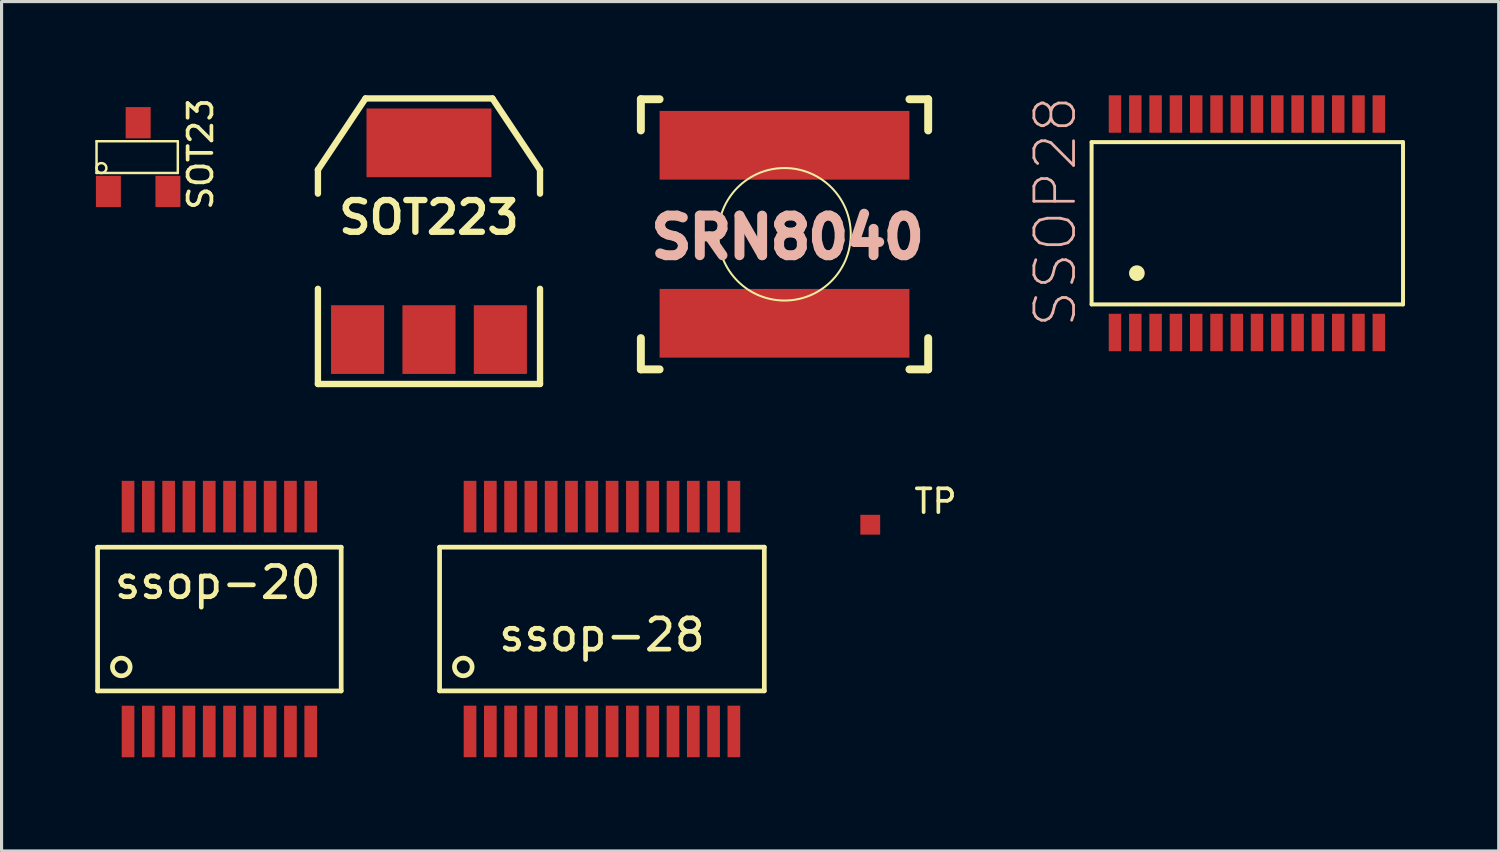
<source format=kicad_pcb>
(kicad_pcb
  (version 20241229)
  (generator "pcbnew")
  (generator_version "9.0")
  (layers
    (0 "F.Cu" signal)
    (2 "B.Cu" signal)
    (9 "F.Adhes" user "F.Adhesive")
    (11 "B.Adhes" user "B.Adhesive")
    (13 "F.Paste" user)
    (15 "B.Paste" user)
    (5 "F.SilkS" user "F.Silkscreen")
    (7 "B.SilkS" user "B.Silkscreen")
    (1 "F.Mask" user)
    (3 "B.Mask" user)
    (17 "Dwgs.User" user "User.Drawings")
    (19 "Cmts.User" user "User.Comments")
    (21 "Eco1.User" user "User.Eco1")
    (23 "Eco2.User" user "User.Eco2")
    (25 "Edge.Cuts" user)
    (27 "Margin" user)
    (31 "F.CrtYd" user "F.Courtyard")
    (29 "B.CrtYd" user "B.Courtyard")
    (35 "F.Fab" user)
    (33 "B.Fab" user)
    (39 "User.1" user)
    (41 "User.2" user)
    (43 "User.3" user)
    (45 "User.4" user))
  (footprint "SOT23"
    (layer "F.Cu")
    (at 1.374 1.98)
    (property "Reference" "SOT23" (at 1.999 -0.099 90) (layer "F.SilkS") (effects (font (size 0.762 0.762) (thickness 0.119))))
    (attr smd)
    (fp_line (start -1.333 -0.508) (end -1.333 0.508) (stroke (width 0.079) (type solid)) (layer "F.SilkS"))
    (fp_line (start -1.333 -0.508) (end 1.27 -0.508) (stroke (width 0.079) (type solid)) (layer "F.SilkS"))
    (fp_line (start 1.27 -0.508) (end 1.27 0.508) (stroke (width 0.079) (type solid)) (layer "F.SilkS"))
    (fp_line (start 1.27 0.508) (end -1.333 0.508) (stroke (width 0.079) (type solid)) (layer "F.SilkS"))
    (fp_circle (center -1.176 0.351) (end -1.3 0.45) (stroke (width 0.079) (type solid)) (fill no) (layer "F.SilkS"))
    (pad "1" smd rect (at -0.953 1.1) (size 0.8 1.001) (layers "F.Cu" "F.Mask" "F.Paste"))
    (pad "2" smd rect (at 0.953 1.1) (size 0.8 1.001) (layers "F.Cu" "F.Mask" "F.Paste"))
    (pad "3" smd rect (at 0 -1.1) (size 0.8 1.001) (layers "F.Cu" "F.Mask" "F.Paste")))
  (footprint "TP"
    (layer "F.Cu")
    (at 24.816 13.752)
    (property "Reference" "TP" (at 2.09 -0.75 0) (layer "F.SilkS") (effects (font (size 0.762 0.762) (thickness 0.119))))
    (attr through_hole)
    (pad "1" smd rect (at 0 0) (size 0.635 0.635) (layers "F.Cu" "F.Mask" "F.Paste")))
  (footprint "SSOP28"
    (layer "F.Cu")
    (at 36.877 4.099)
    (property "Reference" "SSOP28" (at -6.134 -0.373 90) (layer "B.SilkS") (effects (font (size 1.27 1.27) (thickness 0.089))))
    (attr smd)
    (fp_line (start -4.973 -2.598) (end 4.999 -2.598) (stroke (width 0.127) (type solid)) (layer "F.SilkS"))
    (fp_line (start -4.973 2.598) (end -4.973 -2.598) (stroke (width 0.127) (type solid)) (layer "F.SilkS"))
    (fp_line (start 4.999 -2.598) (end 4.999 2.598) (stroke (width 0.127) (type solid)) (layer "F.SilkS"))
    (fp_line (start 4.999 2.598) (end -4.973 2.598) (stroke (width 0.127) (type solid)) (layer "F.SilkS"))
    (fp_circle (center -3.523 1.598) (end -3.701 1.775) (stroke (width 0) (type solid)) (fill yes) (layer "F.SilkS"))
    (pad "1" smd rect (at -4.224 3.498) (size 0.399 1.199) (layers "F.Cu" "F.Mask" "F.Paste"))
    (pad "2" smd rect (at -3.574 3.498) (size 0.399 1.199) (layers "F.Cu" "F.Mask" "F.Paste"))
    (pad "3" smd rect (at -2.924 3.498) (size 0.399 1.199) (layers "F.Cu" "F.Mask" "F.Paste"))
    (pad "4" smd rect (at -2.273 3.498) (size 0.399 1.199) (layers "F.Cu" "F.Mask" "F.Paste"))
    (pad "5" smd rect (at -1.623 3.498) (size 0.399 1.199) (layers "F.Cu" "F.Mask" "F.Paste"))
    (pad "6" smd rect (at -0.973 3.498) (size 0.399 1.199) (layers "F.Cu" "F.Mask" "F.Paste"))
    (pad "7" smd rect (at -0.323 3.498) (size 0.399 1.199) (layers "F.Cu" "F.Mask" "F.Paste"))
    (pad "8" smd rect (at 0.323 3.498) (size 0.399 1.199) (layers "F.Cu" "F.Mask" "F.Paste"))
    (pad "9" smd rect (at 0.973 3.498) (size 0.399 1.199) (layers "F.Cu" "F.Mask" "F.Paste"))
    (pad "10" smd rect (at 1.623 3.498) (size 0.399 1.199) (layers "F.Cu" "F.Mask" "F.Paste"))
    (pad "11" smd rect (at 2.273 3.498) (size 0.399 1.199) (layers "F.Cu" "F.Mask" "F.Paste"))
    (pad "12" smd rect (at 2.924 3.498) (size 0.399 1.199) (layers "F.Cu" "F.Mask" "F.Paste"))
    (pad "13" smd rect (at 3.574 3.498) (size 0.399 1.199) (layers "F.Cu" "F.Mask" "F.Paste"))
    (pad "14" smd rect (at 4.224 3.498) (size 0.399 1.199) (layers "F.Cu" "F.Mask" "F.Paste"))
    (pad "15" smd rect (at 4.224 -3.498) (size 0.399 1.199) (layers "F.Cu" "F.Mask" "F.Paste"))
    (pad "16" smd rect (at 3.574 -3.498) (size 0.399 1.199) (layers "F.Cu" "F.Mask" "F.Paste"))
    (pad "17" smd rect (at 2.924 -3.498) (size 0.399 1.199) (layers "F.Cu" "F.Mask" "F.Paste"))
    (pad "18" smd rect (at 2.273 -3.498) (size 0.399 1.199) (layers "F.Cu" "F.Mask" "F.Paste"))
    (pad "19" smd rect (at 1.623 -3.498) (size 0.399 1.199) (layers "F.Cu" "F.Mask" "F.Paste"))
    (pad "20" smd rect (at 0.973 -3.498) (size 0.399 1.199) (layers "F.Cu" "F.Mask" "F.Paste"))
    (pad "21" smd rect (at 0.323 -3.498) (size 0.399 1.199) (layers "F.Cu" "F.Mask" "F.Paste"))
    (pad "22" smd rect (at -0.323 -3.498) (size 0.399 1.199) (layers "F.Cu" "F.Mask" "F.Paste"))
    (pad "23" smd rect (at -0.973 -3.498) (size 0.399 1.199) (layers "F.Cu" "F.Mask" "F.Paste"))
    (pad "24" smd rect (at -1.623 -3.498) (size 0.399 1.199) (layers "F.Cu" "F.Mask" "F.Paste"))
    (pad "25" smd rect (at -2.273 -3.498) (size 0.399 1.199) (layers "F.Cu" "F.Mask" "F.Paste"))
    (pad "26" smd rect (at -2.924 -3.498) (size 0.399 1.199) (layers "F.Cu" "F.Mask" "F.Paste"))
    (pad "27" smd rect (at -3.574 -3.498) (size 0.399 1.199) (layers "F.Cu" "F.Mask" "F.Paste"))
    (pad "28" smd rect (at -4.224 -3.498) (size 0.399 1.199) (layers "F.Cu" "F.Mask" "F.Paste")))
  (footprint "ssop-28"
    (layer "F.Cu")
    (at 16.225 16.772)
    (property "Reference" "ssop-28" (at 0 0.508 0) (layer "F.SilkS") (effects (font (size 1.001 1.001) (thickness 0.15))))
    (attr smd)
    (fp_line (start -5.199 -2.301) (end 5.199 -2.301) (stroke (width 0.15) (type solid)) (layer "F.SilkS"))
    (fp_line (start -5.199 2.301) (end -5.199 -2.301) (stroke (width 0.15) (type solid)) (layer "F.SilkS"))
    (fp_line (start 5.199 -2.301) (end 5.199 2.301) (stroke (width 0.15) (type solid)) (layer "F.SilkS"))
    (fp_line (start 5.199 2.301) (end -5.199 2.301) (stroke (width 0.15) (type solid)) (layer "F.SilkS"))
    (fp_circle (center -4.44 1.534) (end -4.567 1.788) (stroke (width 0.15) (type solid)) (fill no) (layer "F.SilkS"))
    (pad "1" smd rect (at -4.224 3.599) (size 0.406 1.651) (layers "F.Cu" "F.Mask" "F.Paste"))
    (pad "2" smd rect (at -3.574 3.599) (size 0.406 1.651) (layers "F.Cu" "F.Mask" "F.Paste"))
    (pad "3" smd rect (at -2.926 3.599) (size 0.406 1.651) (layers "F.Cu" "F.Mask" "F.Paste"))
    (pad "4" smd rect (at -2.276 3.599) (size 0.406 1.651) (layers "F.Cu" "F.Mask" "F.Paste"))
    (pad "5" smd rect (at -1.626 3.599) (size 0.406 1.651) (layers "F.Cu" "F.Mask" "F.Paste"))
    (pad "6" smd rect (at -0.975 3.599) (size 0.406 1.651) (layers "F.Cu" "F.Mask" "F.Paste"))
    (pad "7" smd rect (at -0.325 3.599) (size 0.406 1.651) (layers "F.Cu" "F.Mask" "F.Paste"))
    (pad "8" smd rect (at 0.325 3.599) (size 0.406 1.651) (layers "F.Cu" "F.Mask" "F.Paste"))
    (pad "9" smd rect (at 0.975 3.599) (size 0.406 1.651) (layers "F.Cu" "F.Mask" "F.Paste"))
    (pad "10" smd rect (at 1.626 3.599) (size 0.406 1.651) (layers "F.Cu" "F.Mask" "F.Paste"))
    (pad "11" smd rect (at 2.276 3.599) (size 0.406 1.651) (layers "F.Cu" "F.Mask" "F.Paste"))
    (pad "12" smd rect (at 2.926 3.599) (size 0.406 1.651) (layers "F.Cu" "F.Mask" "F.Paste"))
    (pad "13" smd rect (at 3.574 3.599) (size 0.406 1.651) (layers "F.Cu" "F.Mask" "F.Paste"))
    (pad "14" smd rect (at 4.224 3.599) (size 0.406 1.651) (layers "F.Cu" "F.Mask" "F.Paste"))
    (pad "15" smd rect (at 4.224 -3.599) (size 0.406 1.651) (layers "F.Cu" "F.Mask" "F.Paste"))
    (pad "16" smd rect (at 3.574 -3.599) (size 0.406 1.651) (layers "F.Cu" "F.Mask" "F.Paste"))
    (pad "17" smd rect (at 2.926 -3.599) (size 0.406 1.651) (layers "F.Cu" "F.Mask" "F.Paste"))
    (pad "18" smd rect (at 2.276 -3.599) (size 0.406 1.651) (layers "F.Cu" "F.Mask" "F.Paste"))
    (pad "19" smd rect (at 1.626 -3.599) (size 0.406 1.651) (layers "F.Cu" "F.Mask" "F.Paste"))
    (pad "20" smd rect (at 0.975 -3.599) (size 0.406 1.651) (layers "F.Cu" "F.Mask" "F.Paste"))
    (pad "21" smd rect (at 0.325 -3.599) (size 0.406 1.651) (layers "F.Cu" "F.Mask" "F.Paste"))
    (pad "22" smd rect (at -0.325 -3.599) (size 0.406 1.651) (layers "F.Cu" "F.Mask" "F.Paste"))
    (pad "23" smd rect (at -0.975 -3.599) (size 0.406 1.651) (layers "F.Cu" "F.Mask" "F.Paste"))
    (pad "24" smd rect (at -1.626 -3.599) (size 0.406 1.651) (layers "F.Cu" "F.Mask" "F.Paste"))
    (pad "25" smd rect (at -2.276 -3.599) (size 0.406 1.651) (layers "F.Cu" "F.Mask" "F.Paste"))
    (pad "26" smd rect (at -2.926 -3.599) (size 0.406 1.651) (layers "F.Cu" "F.Mask" "F.Paste"))
    (pad "27" smd rect (at -3.574 -3.599) (size 0.406 1.651) (layers "F.Cu" "F.Mask" "F.Paste"))
    (pad "28" smd rect (at -4.224 -3.599) (size 0.406 1.651) (layers "F.Cu" "F.Mask" "F.Paste")))
  (footprint "SOT223"
    (layer "F.Cu")
    (at 10.686 4.674)
    (property "Reference" "SOT223" (at 0 -0.762 0) (layer "F.SilkS") (effects (font (size 1.016 1.016) (thickness 0.203))))
    (attr smd)
    (fp_line (start -3.556 -2.286) (end -2.032 -4.572) (stroke (width 0.203) (type solid)) (layer "F.SilkS"))
    (fp_line (start -3.556 -1.524) (end -3.556 -2.286) (stroke (width 0.203) (type solid)) (layer "F.SilkS"))
    (fp_line (start -3.556 1.524) (end -3.556 4.572) (stroke (width 0.203) (type solid)) (layer "F.SilkS"))
    (fp_line (start -3.556 4.572) (end 3.556 4.572) (stroke (width 0.203) (type solid)) (layer "F.SilkS"))
    (fp_line (start -2.032 -4.572) (end 2.032 -4.572) (stroke (width 0.203) (type solid)) (layer "F.SilkS"))
    (fp_line (start 2.032 -4.572) (end 3.556 -2.286) (stroke (width 0.203) (type solid)) (layer "F.SilkS"))
    (fp_line (start 3.556 -2.286) (end 3.556 -1.524) (stroke (width 0.203) (type solid)) (layer "F.SilkS"))
    (fp_line (start 3.556 4.572) (end 3.556 1.524) (stroke (width 0.203) (type solid)) (layer "F.SilkS"))
    (pad "1" smd rect (at -2.286 3.15) (size 1.7 2.2) (layers "F.Cu" "F.Mask" "F.Paste"))
    (pad "2" smd rect (at 0 3.15) (size 1.7 2.2) (layers "F.Cu" "F.Mask" "F.Paste"))
    (pad "3" smd rect (at 2.286 3.15) (size 1.7 2.2) (layers "F.Cu" "F.Mask" "F.Paste"))
    (pad "4" smd rect (at 0 -3.15) (size 4 2.2) (layers "F.Cu" "F.Mask" "F.Paste")))
  (footprint "SRN8040"
    (layer "F.Cu")
    (at 22.071 4.452)
    (property "Reference" "SRN8040" (at 0.1 0.1 0) (layer "B.SilkS") (effects (font (size 1.27 1.27) (thickness 0.318))))
    (attr smd)
    (fp_line (start -4.6 -4.325) (end -4.6 -3.325) (stroke (width 0.254) (type solid)) (layer "F.SilkS"))
    (fp_line (start -4.6 -4.325) (end -4 -4.325) (stroke (width 0.254) (type solid)) (layer "F.SilkS"))
    (fp_line (start -4.6 3.325) (end -4.6 4.325) (stroke (width 0.254) (type solid)) (layer "F.SilkS"))
    (fp_line (start -4.6 4.325) (end -4 4.325) (stroke (width 0.254) (type solid)) (layer "F.SilkS"))
    (fp_line (start 4 -4.325) (end 4.6 -4.325) (stroke (width 0.254) (type solid)) (layer "F.SilkS"))
    (fp_line (start 4 4.325) (end 4.6 4.325) (stroke (width 0.254) (type solid)) (layer "F.SilkS"))
    (fp_line (start 4.6 -4.325) (end 4.6 -3.325) (stroke (width 0.254) (type solid)) (layer "F.SilkS"))
    (fp_line (start 4.6 3.325) (end 4.6 4.325) (stroke (width 0.254) (type solid)) (layer "F.SilkS"))
    (fp_circle (center 0 0) (end 1.5 1.5) (stroke (width 0.064) (type solid)) (fill no) (layer "F.SilkS"))
    (pad "1" smd rect (at 0 -2.85) (size 8 2.2) (layers "F.Cu" "F.Mask" "F.Paste"))
    (pad "2" smd rect (at 0 2.85) (size 8 2.2) (layers "F.Cu" "F.Mask" "F.Paste")))
  (footprint "ssop-20"
    (layer "F.Cu")
    (at 1.05 20.373)
    (property "Reference" "ssop-20" (at 2.87 -4.77 0) (layer "F.SilkS") (effects (font (size 1.001 1.001) (thickness 0.15))))
    (attr smd)
    (fp_line (start -0.975 -5.901) (end 6.825 -5.901) (stroke (width 0.15) (type solid)) (layer "F.SilkS"))
    (fp_line (start -0.975 -1.299) (end -0.975 -5.901) (stroke (width 0.15) (type solid)) (layer "F.SilkS"))
    (fp_line (start 6.825 -5.901) (end 6.825 -1.299) (stroke (width 0.15) (type solid)) (layer "F.SilkS"))
    (fp_line (start 6.825 -1.299) (end -0.975 -1.299) (stroke (width 0.15) (type solid)) (layer "F.SilkS"))
    (fp_circle (center -0.216 -2.066) (end -0.343 -1.812) (stroke (width 0.15) (type solid)) (fill no) (layer "F.SilkS"))
    (pad "1" smd rect (at 0 0) (size 0.406 1.651) (layers "F.Cu" "F.Mask" "F.Paste"))
    (pad "2" smd rect (at 0.65 0) (size 0.406 1.651) (layers "F.Cu" "F.Mask" "F.Paste"))
    (pad "3" smd rect (at 1.3 0) (size 0.406 1.651) (layers "F.Cu" "F.Mask" "F.Paste"))
    (pad "4" smd rect (at 1.95 0) (size 0.406 1.651) (layers "F.Cu" "F.Mask" "F.Paste"))
    (pad "5" smd rect (at 2.6 0) (size 0.406 1.651) (layers "F.Cu" "F.Mask" "F.Paste"))
    (pad "6" smd rect (at 3.25 0) (size 0.406 1.651) (layers "F.Cu" "F.Mask" "F.Paste"))
    (pad "7" smd rect (at 3.9 0) (size 0.406 1.651) (layers "F.Cu" "F.Mask" "F.Paste"))
    (pad "8" smd rect (at 4.55 0) (size 0.406 1.651) (layers "F.Cu" "F.Mask" "F.Paste"))
    (pad "9" smd rect (at 5.2 0) (size 0.406 1.651) (layers "F.Cu" "F.Mask" "F.Paste"))
    (pad "10" smd rect (at 5.85 0) (size 0.406 1.651) (layers "F.Cu" "F.Mask" "F.Paste"))
    (pad "11" smd rect (at 5.85 -7.2) (size 0.406 1.651) (layers "F.Cu" "F.Mask" "F.Paste"))
    (pad "12" smd rect (at 5.2 -7.2) (size 0.406 1.651) (layers "F.Cu" "F.Mask" "F.Paste"))
    (pad "13" smd rect (at 4.55 -7.2) (size 0.406 1.651) (layers "F.Cu" "F.Mask" "F.Paste"))
    (pad "14" smd rect (at 3.9 -7.2) (size 0.406 1.651) (layers "F.Cu" "F.Mask" "F.Paste"))
    (pad "15" smd rect (at 3.25 -7.2) (size 0.406 1.651) (layers "F.Cu" "F.Mask" "F.Paste"))
    (pad "16" smd rect (at 2.6 -7.2) (size 0.406 1.651) (layers "F.Cu" "F.Mask" "F.Paste"))
    (pad "17" smd rect (at 1.95 -7.2) (size 0.406 1.651) (layers "F.Cu" "F.Mask" "F.Paste"))
    (pad "18" smd rect (at 1.3 -7.2) (size 0.406 1.651) (layers "F.Cu" "F.Mask" "F.Paste"))
    (pad "19" smd rect (at 0.65 -7.2) (size 0.406 1.651) (layers "F.Cu" "F.Mask" "F.Paste"))
    (pad "20" smd rect (at 0 -7.2) (size 0.406 1.651) (layers "F.Cu" "F.Mask" "F.Paste")))
  (gr_rect
    (start -3 -3)
    (end 44.94 24.198)
    (stroke (width 0.1) (type default))
    (fill no)
    (layer "Edge.Cuts")))
</source>
